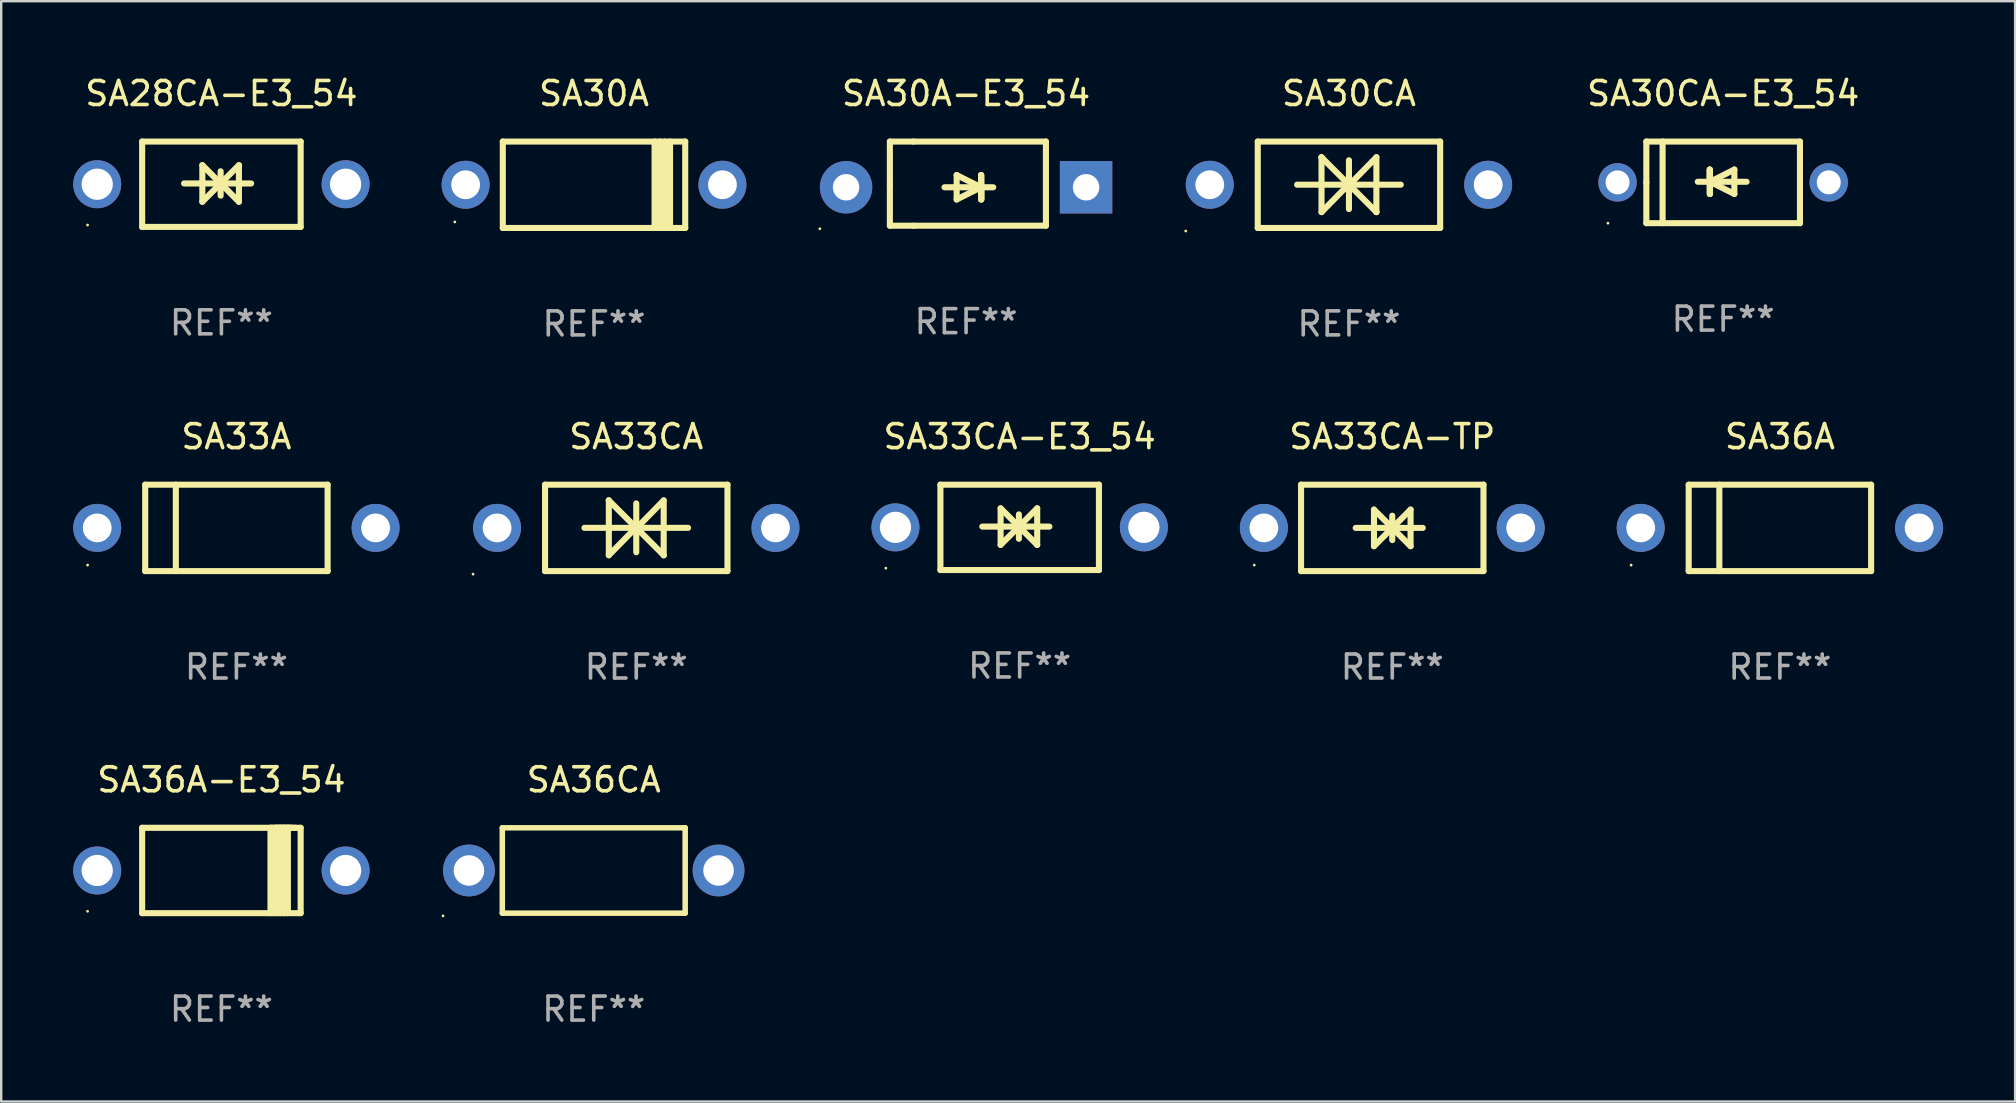
<source format=kicad_pcb>
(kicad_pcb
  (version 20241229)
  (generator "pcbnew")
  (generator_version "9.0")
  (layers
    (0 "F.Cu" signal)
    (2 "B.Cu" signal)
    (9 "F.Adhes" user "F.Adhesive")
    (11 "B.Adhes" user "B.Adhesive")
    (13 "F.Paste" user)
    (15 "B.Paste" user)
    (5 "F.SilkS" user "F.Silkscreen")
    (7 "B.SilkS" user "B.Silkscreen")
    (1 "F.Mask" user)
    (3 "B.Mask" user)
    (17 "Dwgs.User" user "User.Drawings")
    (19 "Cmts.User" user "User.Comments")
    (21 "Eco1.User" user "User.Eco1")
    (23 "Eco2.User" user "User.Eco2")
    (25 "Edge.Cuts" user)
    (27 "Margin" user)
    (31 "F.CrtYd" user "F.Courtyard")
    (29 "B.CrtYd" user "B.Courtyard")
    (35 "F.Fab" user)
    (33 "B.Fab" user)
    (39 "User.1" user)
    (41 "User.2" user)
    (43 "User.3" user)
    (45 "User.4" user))
  (footprint "SA30A-E3_54"
    (layer "F.Cu")
    (at 37.202 4.601)
    (property "Reference" "SA30A-E3_54" (at 0 -3.753 0) (layer "F.SilkS") (effects (font (size 1 1) (thickness 0.15))))
    (attr through_hole)
    (fp_line (start -3.175 -1.753) (end -2.184 -1.753) (stroke (width 0.254) (type solid)) (layer "F.SilkS"))
    (fp_line (start -3.175 0.025) (end -3.175 -1.753) (stroke (width 0.254) (type solid)) (layer "F.SilkS"))
    (fp_line (start -3.175 1.753) (end -3.175 0.025) (stroke (width 0.254) (type solid)) (layer "F.SilkS"))
    (fp_line (start -2.184 -1.753) (end 3.327 -1.753) (stroke (width 0.254) (type solid)) (layer "F.SilkS"))
    (fp_line (start -2.184 1.753) (end -3.175 1.753) (stroke (width 0.254) (type solid)) (layer "F.SilkS"))
    (fp_line (start -0.9 0.152) (end 1.132 0.152) (stroke (width 0.254) (type solid)) (layer "F.SilkS"))
    (fp_line (start -0.392 -0.356) (end -0.392 0.66) (stroke (width 0.254) (type solid)) (layer "F.SilkS"))
    (fp_line (start -0.392 0.66) (end 0.624 0.152) (stroke (width 0.254) (type solid)) (layer "F.SilkS"))
    (fp_line (start 0.624 -0.356) (end 0.624 0.66) (stroke (width 0.254) (type solid)) (layer "F.SilkS"))
    (fp_line (start 0.624 0.152) (end -0.392 -0.356) (stroke (width 0.254) (type solid)) (layer "F.SilkS"))
    (fp_line (start 0.624 0.152) (end 0.624 -0.356) (stroke (width 0.254) (type solid)) (layer "F.SilkS"))
    (fp_line (start 0.636 0.152) (end 0.636 0.66) (stroke (width 0.254) (type solid)) (layer "F.SilkS"))
    (fp_line (start 0.636 0.66) (end 0.636 -0.356) (stroke (width 0.254) (type solid)) (layer "F.SilkS"))
    (fp_line (start 3.327 -1.753) (end 3.327 1.753) (stroke (width 0.254) (type solid)) (layer "F.SilkS"))
    (fp_line (start 3.327 1.753) (end -2.184 1.753) (stroke (width 0.254) (type solid)) (layer "F.SilkS"))
    (fp_circle (center -6.092 1.88) (end -6.062 1.88) (stroke (width 0.06) (type solid)) (fill no) (layer "F.SilkS"))
    (fp_text user "REF**" (at 0 5.753 0) (layer "F.Fab") (effects (font (size 1 1) (thickness 0.15))))
    (pad "1" thru_hole circle (at -5 0.152) (size 2.184 2.184) (drill 1.102) (layers "*.Cu" "*.Mask"))
    (pad "2" thru_hole rect (at 5 0.152) (size 2.184 2.184) (drill 1.102) (layers "*.Cu" "*.Mask")))
  (footprint "SA28CA-E3_54"
    (layer "F.Cu")
    (at 6.175 4.626)
    (property "Reference" "SA28CA-E3_54" (at 0 -3.778 0) (layer "F.SilkS") (effects (font (size 1 1) (thickness 0.15))))
    (attr through_hole)
    (fp_line (start -3.302 -1.778) (end -3.302 1.778) (stroke (width 0.254) (type solid)) (layer "F.SilkS"))
    (fp_line (start -3.302 1.778) (end 3.302 1.778) (stroke (width 0.254) (type solid)) (layer "F.SilkS"))
    (fp_line (start -1.556 -0.032) (end 1.238 -0.032) (stroke (width 0.254) (type solid)) (layer "F.SilkS"))
    (fp_line (start -0.794 -0.794) (end 0.73 0.73) (stroke (width 0.254) (type solid)) (layer "F.SilkS"))
    (fp_line (start -0.794 0.73) (end -0.794 -0.794) (stroke (width 0.254) (type solid)) (layer "F.SilkS"))
    (fp_line (start -0.032 -0.54) (end -0.032 0.476) (stroke (width 0.254) (type solid)) (layer "F.SilkS"))
    (fp_line (start 0.73 -0.794) (end -0.794 0.73) (stroke (width 0.254) (type solid)) (layer "F.SilkS"))
    (fp_line (start 0.73 0.73) (end 0.73 -0.794) (stroke (width 0.254) (type solid)) (layer "F.SilkS"))
    (fp_line (start 3.302 -1.778) (end -3.302 -1.778) (stroke (width 0.254) (type solid)) (layer "F.SilkS"))
    (fp_line (start 3.302 1.778) (end 3.302 -1.778) (stroke (width 0.254) (type solid)) (layer "F.SilkS"))
    (fp_circle (center -5.576 1.7) (end -5.546 1.7) (stroke (width 0.06) (type solid)) (fill no) (layer "F.SilkS"))
    (fp_text user "REF**" (at 0 5.778 0) (layer "F.Fab") (effects (font (size 1 1) (thickness 0.15))))
    (pad "1" thru_hole circle (at -5.175 0) (size 2 2) (drill 1.3) (layers "*.Cu" "*.Mask"))
    (pad "2" thru_hole circle (at 5.175 0) (size 2 2) (drill 1.3) (layers "*.Cu" "*.Mask")))
  (footprint "SA36CA"
    (layer "F.Cu")
    (at 21.689 33.219)
    (property "Reference" "SA36CA" (at 0 -3.778 0) (layer "F.SilkS") (effects (font (size 1 1) (thickness 0.15))))
    (attr through_hole)
    (fp_line (start -3.81 -1.778) (end 3.81 -1.778) (stroke (width 0.229) (type solid)) (layer "F.SilkS"))
    (fp_line (start -3.81 1.778) (end -3.81 -1.778) (stroke (width 0.229) (type solid)) (layer "F.SilkS"))
    (fp_line (start 3.81 -1.778) (end 3.81 1.778) (stroke (width 0.229) (type solid)) (layer "F.SilkS"))
    (fp_line (start 3.81 1.778) (end -3.81 1.778) (stroke (width 0.229) (type solid)) (layer "F.SilkS"))
    (fp_circle (center -6.279 1.892) (end -6.249 1.892) (stroke (width 0.06) (type solid)) (fill no) (layer "F.SilkS"))
    (fp_text user "REF**" (at 0 5.778 0) (layer "F.Fab") (effects (font (size 1 1) (thickness 0.15))))
    (pad "1" thru_hole circle (at -5.2 0) (size 2.159 2.159) (drill 1.27) (layers "*.Cu" "*.Mask"))
    (pad "2" thru_hole circle (at 5.2 0) (size 2.159 2.159) (drill 1.27) (layers "*.Cu" "*.Mask")))
  (footprint "SA36A-E3_54"
    (layer "F.Cu")
    (at 6.175 33.219)
    (property "Reference" "SA36A-E3_54" (at 0 -3.778 0) (layer "F.SilkS") (effects (font (size 1 1) (thickness 0.15))))
    (attr through_hole)
    (fp_line (start -3.302 -1.778) (end -3.302 1.778) (stroke (width 0.254) (type solid)) (layer "F.SilkS"))
    (fp_line (start -3.302 1.778) (end 3.302 1.778) (stroke (width 0.254) (type solid)) (layer "F.SilkS"))
    (fp_line (start 2.045 -1.778) (end 2.045 1.778) (stroke (width 0.254) (type solid)) (layer "F.SilkS"))
    (fp_line (start 2.261 -1.778) (end 2.261 1.778) (stroke (width 0.254) (type solid)) (layer "F.SilkS"))
    (fp_line (start 2.421 -1.778) (end 2.045 -1.778) (stroke (width 0.254) (type solid)) (layer "F.SilkS"))
    (fp_line (start 2.439 -1.778) (end 2.439 1.778) (stroke (width 0.254) (type solid)) (layer "F.SilkS"))
    (fp_line (start 2.579 -1.778) (end 2.261 -1.778) (stroke (width 0.254) (type solid)) (layer "F.SilkS"))
    (fp_line (start 2.604 -1.778) (end 2.604 1.778) (stroke (width 0.254) (type solid)) (layer "F.SilkS"))
    (fp_line (start 2.757 -1.778) (end 2.439 -1.778) (stroke (width 0.254) (type solid)) (layer "F.SilkS"))
    (fp_line (start 2.769 -1.778) (end 2.769 1.778) (stroke (width 0.254) (type solid)) (layer "F.SilkS"))
    (fp_line (start 2.922 -1.778) (end 2.604 -1.778) (stroke (width 0.254) (type solid)) (layer "F.SilkS"))
    (fp_line (start 3.087 -1.778) (end 2.769 -1.778) (stroke (width 0.254) (type solid)) (layer "F.SilkS"))
    (fp_line (start 3.302 -1.778) (end -3.302 -1.778) (stroke (width 0.254) (type solid)) (layer "F.SilkS"))
    (fp_line (start 3.302 1.778) (end 3.302 -1.778) (stroke (width 0.254) (type solid)) (layer "F.SilkS"))
    (fp_circle (center -5.576 1.7) (end -5.546 1.7) (stroke (width 0.06) (type solid)) (fill no) (layer "F.SilkS"))
    (fp_text user "REF**" (at 0 5.778 0) (layer "F.Fab") (effects (font (size 1 1) (thickness 0.15))))
    (pad "1" thru_hole circle (at -5.175 0) (size 2 2) (drill 1.3) (layers "*.Cu" "*.Mask"))
    (pad "2" thru_hole circle (at 5.175 0) (size 2 2) (drill 1.3) (layers "*.Cu" "*.Mask")))
  (footprint "SA33A"
    (layer "F.Cu")
    (at 6.8 18.945)
    (property "Reference" "SA33A" (at 0 -3.8 0) (layer "F.SilkS") (effects (font (size 1 1) (thickness 0.15))))
    (attr through_hole)
    (fp_line (start -3.8 -1.8) (end -3.8 1.8) (stroke (width 0.254) (type solid)) (layer "F.SilkS"))
    (fp_line (start -3.8 -1.8) (end 3.8 -1.8) (stroke (width 0.254) (type solid)) (layer "F.SilkS"))
    (fp_line (start -3.8 1.8) (end 3.8 1.8) (stroke (width 0.254) (type solid)) (layer "F.SilkS"))
    (fp_line (start -2.524 -1.8) (end -2.524 1.8) (stroke (width 0.254) (type solid)) (layer "F.SilkS"))
    (fp_line (start 3.8 -1.8) (end 3.8 1.8) (stroke (width 0.254) (type solid)) (layer "F.SilkS"))
    (fp_circle (center -6.2 1.55) (end -6.17 1.55) (stroke (width 0.06) (type solid)) (fill no) (layer "F.SilkS"))
    (fp_text user "REF**" (at 0 5.8 0) (layer "F.Fab") (effects (font (size 1 1) (thickness 0.15))))
    (pad "1" thru_hole circle (at -5.8 0) (size 2 2) (drill 1.2) (layers "*.Cu" "*.Mask"))
    (pad "2" thru_hole circle (at 5.8 0) (size 2 2) (drill 1.2) (layers "*.Cu" "*.Mask")))
  (footprint "SA30CA"
    (layer "F.Cu")
    (at 53.155 4.648)
    (property "Reference" "SA30CA" (at 0 -3.8 0) (layer "F.SilkS") (effects (font (size 1 1) (thickness 0.15))))
    (attr through_hole)
    (fp_line (start -3.8 -1.8) (end -3.8 1.8) (stroke (width 0.254) (type solid)) (layer "F.SilkS"))
    (fp_line (start -3.8 -1.8) (end 3.8 -1.8) (stroke (width 0.254) (type solid)) (layer "F.SilkS"))
    (fp_line (start -3.8 1.8) (end 3.8 1.8) (stroke (width 0.254) (type solid)) (layer "F.SilkS"))
    (fp_line (start -2.159 -0.003) (end 2.159 -0.003) (stroke (width 0.254) (type solid)) (layer "F.SilkS"))
    (fp_line (start -1.143 -1.146) (end -1.143 1.14) (stroke (width 0.254) (type solid)) (layer "F.SilkS"))
    (fp_line (start -1.143 -1.143) (end -1.143 -1.146) (stroke (width 0.254) (type solid)) (layer "F.SilkS"))
    (fp_line (start 0 -1.019) (end 0 1.013) (stroke (width 0.254) (type solid)) (layer "F.SilkS"))
    (fp_line (start 0 -0.026) (end -1.143 1.14) (stroke (width 0.254) (type solid)) (layer "F.SilkS"))
    (fp_line (start 0 -0.006) (end 1.143 1.137) (stroke (width 0.254) (type solid)) (layer "F.SilkS"))
    (fp_line (start 0 0) (end -1.143 -1.143) (stroke (width 0.254) (type solid)) (layer "F.SilkS"))
    (fp_line (start 0 0.02) (end 1.143 -1.146) (stroke (width 0.254) (type solid)) (layer "F.SilkS"))
    (fp_line (start 1.143 1.137) (end 1.143 1.14) (stroke (width 0.254) (type solid)) (layer "F.SilkS"))
    (fp_line (start 1.143 1.14) (end 1.143 -1.146) (stroke (width 0.254) (type solid)) (layer "F.SilkS"))
    (fp_line (start 3.8 -1.8) (end 3.8 1.8) (stroke (width 0.254) (type solid)) (layer "F.SilkS"))
    (fp_circle (center -6.8 1.927) (end -6.77 1.927) (stroke (width 0.06) (type solid)) (fill no) (layer "F.SilkS"))
    (fp_text user "REF**" (at 0 5.8 0) (layer "F.Fab") (effects (font (size 1 1) (thickness 0.15))))
    (pad "1" thru_hole circle (at -5.8 0) (size 2 2) (drill 1.2) (layers "*.Cu" "*.Mask"))
    (pad "2" thru_hole circle (at 5.8 0) (size 2 2) (drill 1.2) (layers "*.Cu" "*.Mask")))
  (footprint "SA30A"
    (layer "F.Cu")
    (at 21.7 4.648)
    (property "Reference" "SA30A" (at 0 -3.8 0) (layer "F.SilkS") (effects (font (size 1 1) (thickness 0.15))))
    (attr through_hole)
    (fp_line (start -3.8 1.8) (end -3.8 -1.8) (stroke (width 0.254) (type solid)) (layer "F.SilkS"))
    (fp_line (start 2.524 1.8) (end 2.524 -1.8) (stroke (width 0.254) (type solid)) (layer "F.SilkS"))
    (fp_line (start 2.75 1.8) (end 2.75 -1.8) (stroke (width 0.254) (type solid)) (layer "F.SilkS"))
    (fp_line (start 2.95 -1.8) (end 2.95 1.8) (stroke (width 0.254) (type solid)) (layer "F.SilkS"))
    (fp_line (start 3.168 -1.8) (end 3.168 1.8) (stroke (width 0.254) (type solid)) (layer "F.SilkS"))
    (fp_line (start 3.8 1.8) (end -3.8 1.8) (stroke (width 0.254) (type solid)) (layer "F.SilkS"))
    (fp_line (start 3.8 1.8) (end 3.8 -1.8) (stroke (width 0.254) (type solid)) (layer "F.SilkS"))
    (fp_line (start 3.8 -1.8) (end -3.8 -1.8) (stroke (width 0.254) (type solid)) (layer "F.SilkS"))
    (fp_circle (center -5.8 1.55) (end -5.77 1.55) (stroke (width 0.06) (type solid)) (fill no) (layer "F.SilkS"))
    (fp_text user "REF**" (at 0 5.8 0) (layer "F.Fab") (effects (font (size 1 1) (thickness 0.15))))
    (pad "1" thru_hole circle (at -5.35 0) (size 2 2) (drill 1.2) (layers "*.Cu" "*.Mask"))
    (pad "2" thru_hole circle (at 5.35 0) (size 2 2) (drill 1.2) (layers "*.Cu" "*.Mask")))
  (footprint "SA33CA-E3_54"
    (layer "F.Cu")
    (at 39.435 18.923)
    (property "Reference" "SA33CA-E3_54" (at 0 -3.778 0) (layer "F.SilkS") (effects (font (size 1 1) (thickness 0.15))))
    (attr through_hole)
    (fp_line (start -3.302 -1.778) (end -3.302 1.778) (stroke (width 0.254) (type solid)) (layer "F.SilkS"))
    (fp_line (start -3.302 1.778) (end 3.302 1.778) (stroke (width 0.254) (type solid)) (layer "F.SilkS"))
    (fp_line (start -1.556 -0.032) (end 1.238 -0.032) (stroke (width 0.254) (type solid)) (layer "F.SilkS"))
    (fp_line (start -0.794 -0.794) (end 0.73 0.73) (stroke (width 0.254) (type solid)) (layer "F.SilkS"))
    (fp_line (start -0.794 0.73) (end -0.794 -0.794) (stroke (width 0.254) (type solid)) (layer "F.SilkS"))
    (fp_line (start -0.032 -0.54) (end -0.032 0.476) (stroke (width 0.254) (type solid)) (layer "F.SilkS"))
    (fp_line (start 0.73 -0.794) (end -0.794 0.73) (stroke (width 0.254) (type solid)) (layer "F.SilkS"))
    (fp_line (start 0.73 0.73) (end 0.73 -0.794) (stroke (width 0.254) (type solid)) (layer "F.SilkS"))
    (fp_line (start 3.302 -1.778) (end -3.302 -1.778) (stroke (width 0.254) (type solid)) (layer "F.SilkS"))
    (fp_line (start 3.302 1.778) (end 3.302 -1.778) (stroke (width 0.254) (type solid)) (layer "F.SilkS"))
    (fp_circle (center -5.576 1.7) (end -5.546 1.7) (stroke (width 0.06) (type solid)) (fill no) (layer "F.SilkS"))
    (fp_text user "REF**" (at 0 5.778 0) (layer "F.Fab") (effects (font (size 1 1) (thickness 0.15))))
    (pad "1" thru_hole circle (at -5.175 0) (size 2 2) (drill 1.3) (layers "*.Cu" "*.Mask"))
    (pad "2" thru_hole circle (at 5.175 0) (size 2 2) (drill 1.3) (layers "*.Cu" "*.Mask")))
  (footprint "SA33CA"
    (layer "F.Cu")
    (at 23.46 18.945)
    (property "Reference" "SA33CA" (at 0 -3.8 0) (layer "F.SilkS") (effects (font (size 1 1) (thickness 0.15))))
    (attr through_hole)
    (fp_line (start -3.8 -1.8) (end -3.8 1.8) (stroke (width 0.254) (type solid)) (layer "F.SilkS"))
    (fp_line (start -3.8 -1.8) (end 3.8 -1.8) (stroke (width 0.254) (type solid)) (layer "F.SilkS"))
    (fp_line (start -3.8 1.8) (end 3.8 1.8) (stroke (width 0.254) (type solid)) (layer "F.SilkS"))
    (fp_line (start -2.159 -0.003) (end 2.159 -0.003) (stroke (width 0.254) (type solid)) (layer "F.SilkS"))
    (fp_line (start -1.143 -1.146) (end -1.143 1.14) (stroke (width 0.254) (type solid)) (layer "F.SilkS"))
    (fp_line (start -1.143 -1.143) (end -1.143 -1.146) (stroke (width 0.254) (type solid)) (layer "F.SilkS"))
    (fp_line (start 0 -1.019) (end 0 1.013) (stroke (width 0.254) (type solid)) (layer "F.SilkS"))
    (fp_line (start 0 -0.026) (end -1.143 1.14) (stroke (width 0.254) (type solid)) (layer "F.SilkS"))
    (fp_line (start 0 -0.006) (end 1.143 1.137) (stroke (width 0.254) (type solid)) (layer "F.SilkS"))
    (fp_line (start 0 0) (end -1.143 -1.143) (stroke (width 0.254) (type solid)) (layer "F.SilkS"))
    (fp_line (start 0 0.02) (end 1.143 -1.146) (stroke (width 0.254) (type solid)) (layer "F.SilkS"))
    (fp_line (start 1.143 1.137) (end 1.143 1.14) (stroke (width 0.254) (type solid)) (layer "F.SilkS"))
    (fp_line (start 1.143 1.14) (end 1.143 -1.146) (stroke (width 0.254) (type solid)) (layer "F.SilkS"))
    (fp_line (start 3.8 -1.8) (end 3.8 1.8) (stroke (width 0.254) (type solid)) (layer "F.SilkS"))
    (fp_circle (center -6.8 1.927) (end -6.77 1.927) (stroke (width 0.06) (type solid)) (fill no) (layer "F.SilkS"))
    (fp_text user "REF**" (at 0 5.8 0) (layer "F.Fab") (effects (font (size 1 1) (thickness 0.15))))
    (pad "1" thru_hole circle (at -5.8 0) (size 2 2) (drill 1.2) (layers "*.Cu" "*.Mask"))
    (pad "2" thru_hole circle (at 5.8 0) (size 2 2) (drill 1.2) (layers "*.Cu" "*.Mask")))
  (footprint "SA33CA-TP"
    (layer "F.Cu")
    (at 54.96 18.945)
    (property "Reference" "SA33CA-TP" (at 0 -3.8 0) (layer "F.SilkS") (effects (font (size 1 1) (thickness 0.15))))
    (attr through_hole)
    (fp_line (start -3.8 -1.8) (end -3.8 1.8) (stroke (width 0.254) (type solid)) (layer "F.SilkS"))
    (fp_line (start -3.8 -1.8) (end 3.8 -1.8) (stroke (width 0.254) (type solid)) (layer "F.SilkS"))
    (fp_line (start -3.8 1.8) (end 3.8 1.8) (stroke (width 0.254) (type solid)) (layer "F.SilkS"))
    (fp_line (start -1.524 0) (end 1.27 0) (stroke (width 0.254) (type solid)) (layer "F.SilkS"))
    (fp_line (start -0.762 -0.762) (end 0.762 0.762) (stroke (width 0.254) (type solid)) (layer "F.SilkS"))
    (fp_line (start -0.762 0.762) (end -0.762 -0.762) (stroke (width 0.254) (type solid)) (layer "F.SilkS"))
    (fp_line (start 0 -0.508) (end 0 0.508) (stroke (width 0.254) (type solid)) (layer "F.SilkS"))
    (fp_line (start 0.762 -0.762) (end -0.762 0.762) (stroke (width 0.254) (type solid)) (layer "F.SilkS"))
    (fp_line (start 0.762 0.762) (end 0.762 -0.762) (stroke (width 0.254) (type solid)) (layer "F.SilkS"))
    (fp_line (start 3.8 -1.8) (end 3.8 1.8) (stroke (width 0.254) (type solid)) (layer "F.SilkS"))
    (fp_circle (center -5.75 1.55) (end -5.72 1.55) (stroke (width 0.06) (type solid)) (fill no) (layer "F.SilkS"))
    (fp_text user "REF**" (at 0 5.8 0) (layer "F.Fab") (effects (font (size 1 1) (thickness 0.15))))
    (pad "1" thru_hole circle (at -5.35 0) (size 2 2) (drill 1.2) (layers "*.Cu" "*.Mask"))
    (pad "2" thru_hole circle (at 5.35 0) (size 2 2) (drill 1.2) (layers "*.Cu" "*.Mask")))
  (footprint "SA36A"
    (layer "F.Cu")
    (at 71.111 18.945)
    (property "Reference" "SA36A" (at 0 -3.8 0) (layer "F.SilkS") (effects (font (size 1 1) (thickness 0.15))))
    (attr through_hole)
    (fp_line (start -3.8 -1.8) (end -3.8 1.8) (stroke (width 0.254) (type solid)) (layer "F.SilkS"))
    (fp_line (start -3.8 -1.8) (end 3.8 -1.8) (stroke (width 0.254) (type solid)) (layer "F.SilkS"))
    (fp_line (start -3.8 1.8) (end 3.8 1.8) (stroke (width 0.254) (type solid)) (layer "F.SilkS"))
    (fp_line (start -2.524 -1.8) (end -2.524 1.8) (stroke (width 0.254) (type solid)) (layer "F.SilkS"))
    (fp_line (start 3.8 -1.8) (end 3.8 1.8) (stroke (width 0.254) (type solid)) (layer "F.SilkS"))
    (fp_circle (center -6.2 1.55) (end -6.17 1.55) (stroke (width 0.06) (type solid)) (fill no) (layer "F.SilkS"))
    (fp_text user "REF**" (at 0 5.8 0) (layer "F.Fab") (effects (font (size 1 1) (thickness 0.15))))
    (pad "1" thru_hole circle (at -5.8 0) (size 2 2) (drill 1.2) (layers "*.Cu" "*.Mask"))
    (pad "2" thru_hole circle (at 5.8 0) (size 2 2) (drill 1.2) (layers "*.Cu" "*.Mask")))
  (footprint "SA30CA-E3_54"
    (layer "F.Cu")
    (at 68.746 4.548)
    (property "Reference" "SA30CA-E3_54" (at 0 -3.7 0) (layer "F.SilkS") (effects (font (size 1 1) (thickness 0.15))))
    (attr through_hole)
    (fp_line (start -3.2 -1.7) (end 3.2 -1.7) (stroke (width 0.254) (type solid)) (layer "F.SilkS"))
    (fp_line (start -3.2 0) (end -3.2 -1.7) (stroke (width 0.254) (type solid)) (layer "F.SilkS"))
    (fp_line (start -3.2 1.7) (end -3.2 0) (stroke (width 0.254) (type solid)) (layer "F.SilkS"))
    (fp_line (start -2.523 -1.7) (end -2.523 1.7) (stroke (width 0.254) (type solid)) (layer "F.SilkS"))
    (fp_line (start -0.561 -0.533) (end -0.561 0.483) (stroke (width 0.254) (type solid)) (layer "F.SilkS"))
    (fp_line (start -0.561 -0.025) (end -0.561 -0.533) (stroke (width 0.254) (type solid)) (layer "F.SilkS"))
    (fp_line (start -0.549 -0.025) (end -0.549 0.483) (stroke (width 0.254) (type solid)) (layer "F.SilkS"))
    (fp_line (start -0.549 -0.025) (end 0.467 0.483) (stroke (width 0.254) (type solid)) (layer "F.SilkS"))
    (fp_line (start -0.549 0.483) (end -0.549 -0.533) (stroke (width 0.254) (type solid)) (layer "F.SilkS"))
    (fp_line (start 0.467 -0.533) (end -0.549 -0.025) (stroke (width 0.254) (type solid)) (layer "F.SilkS"))
    (fp_line (start 0.467 0.483) (end 0.467 -0.533) (stroke (width 0.254) (type solid)) (layer "F.SilkS"))
    (fp_line (start 0.975 -0.025) (end -1.057 -0.025) (stroke (width 0.254) (type solid)) (layer "F.SilkS"))
    (fp_line (start 3.2 -1.7) (end 3.2 1.7) (stroke (width 0.254) (type solid)) (layer "F.SilkS"))
    (fp_line (start 3.2 1.7) (end -3.2 1.7) (stroke (width 0.254) (type solid)) (layer "F.SilkS"))
    (fp_circle (center -4.8 1.7) (end -4.77 1.7) (stroke (width 0.06) (type solid)) (fill no) (layer "F.SilkS"))
    (fp_text user "REF**" (at 0 5.7 0) (layer "F.Fab") (effects (font (size 1 1) (thickness 0.15))))
    (pad "1" thru_hole circle (at -4.4 0) (size 1.6 1.6) (drill 1) (layers "*.Cu" "*.Mask"))
    (pad "2" thru_hole circle (at 4.4 0) (size 1.6 1.6) (drill 1) (layers "*.Cu" "*.Mask")))
  (gr_rect
    (start -3 -3)
    (end 80.911 42.846)
    (stroke (width 0.1) (type default))
    (fill no)
    (layer "Edge.Cuts")))
</source>
